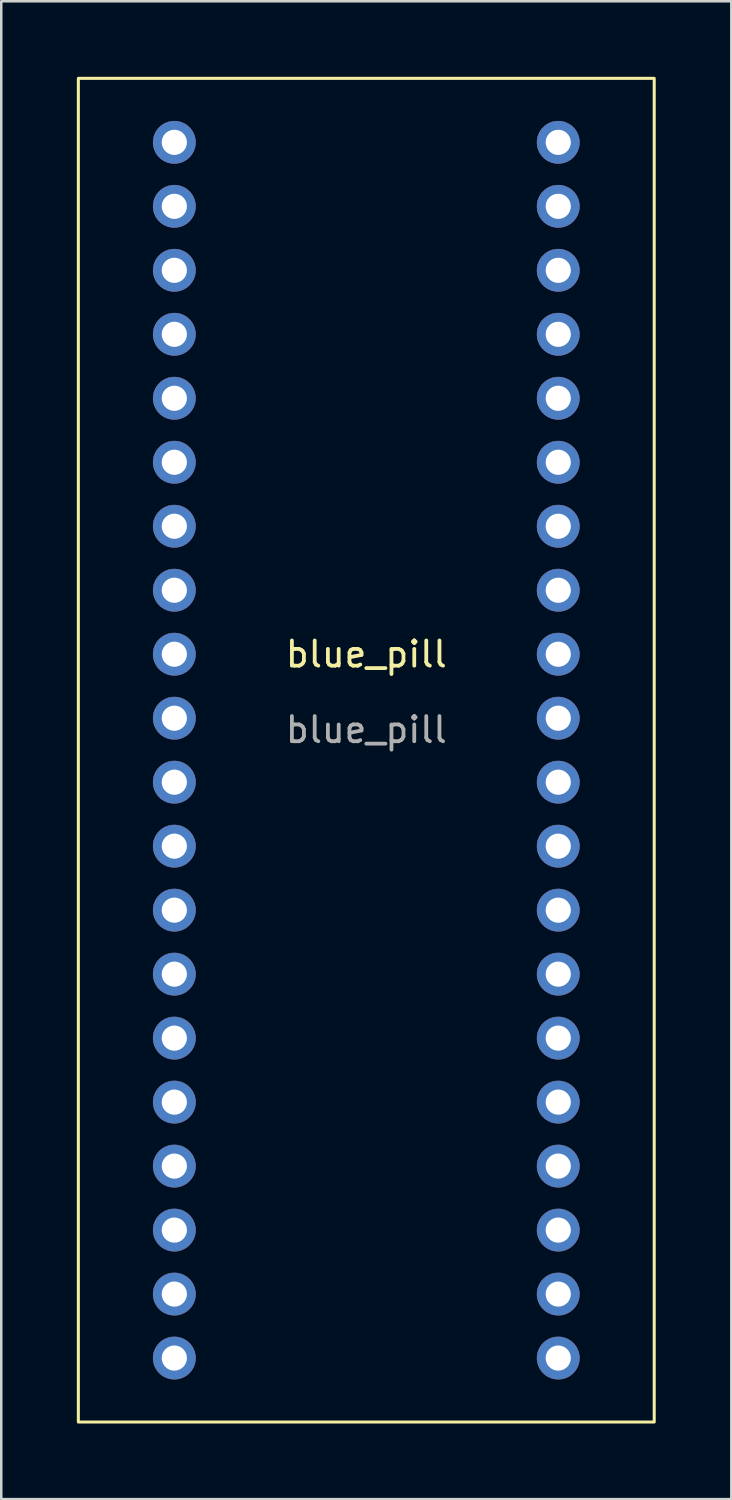
<source format=kicad_pcb>
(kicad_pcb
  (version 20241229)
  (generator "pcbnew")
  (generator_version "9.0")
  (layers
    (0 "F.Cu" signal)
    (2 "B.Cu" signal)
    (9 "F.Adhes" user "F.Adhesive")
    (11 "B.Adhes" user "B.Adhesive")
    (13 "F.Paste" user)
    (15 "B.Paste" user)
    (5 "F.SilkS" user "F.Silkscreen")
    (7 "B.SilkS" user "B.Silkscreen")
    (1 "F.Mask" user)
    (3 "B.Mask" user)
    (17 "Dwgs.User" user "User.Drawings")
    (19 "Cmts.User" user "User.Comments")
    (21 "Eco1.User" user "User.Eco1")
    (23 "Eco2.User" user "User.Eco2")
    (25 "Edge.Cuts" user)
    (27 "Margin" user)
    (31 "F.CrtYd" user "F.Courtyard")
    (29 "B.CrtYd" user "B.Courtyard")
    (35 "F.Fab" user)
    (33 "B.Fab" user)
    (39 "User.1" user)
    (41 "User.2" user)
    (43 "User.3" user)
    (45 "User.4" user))
  (footprint "blue_pill"
    (layer "F.Cu")
    (at 11.49 25.46)
    (property "Reference" "blue_pill" (at 0 -2.54 0) (unlocked yes) (layer "F.SilkS") (effects (font (size 1 1) (thickness 0.15))))
    (attr through_hole)
    (fp_rect (start -11.43 -25.4) (end 11.43 27.94) (stroke (width 0.12) (type solid)) (fill no) (layer "F.SilkS"))
    (fp_text user "${REFERENCE}" (at 0 0.46 0) (unlocked yes) (layer "F.Fab") (effects (font (size 1 1) (thickness 0.15))))
    (pad "1" thru_hole circle (at -7.62 -22.86) (size 1.7 1.7) (drill 1) (layers "*.Cu" "*.Mask"))
    (pad "2" thru_hole circle (at -7.62 -20.32) (size 1.7 1.7) (drill 1) (layers "*.Cu" "*.Mask"))
    (pad "3" thru_hole circle (at -7.62 -17.78) (size 1.7 1.7) (drill 1) (layers "*.Cu" "*.Mask"))
    (pad "4" thru_hole circle (at -7.62 -15.24) (size 1.7 1.7) (drill 1) (layers "*.Cu" "*.Mask"))
    (pad "5" thru_hole circle (at -7.62 -12.7) (size 1.7 1.7) (drill 1) (layers "*.Cu" "*.Mask"))
    (pad "6" thru_hole circle (at -7.62 -10.16) (size 1.7 1.7) (drill 1) (layers "*.Cu" "*.Mask"))
    (pad "7" thru_hole circle (at -7.62 -7.62) (size 1.7 1.7) (drill 1) (layers "*.Cu" "*.Mask"))
    (pad "8" thru_hole circle (at -7.62 -5.08) (size 1.7 1.7) (drill 1) (layers "*.Cu" "*.Mask"))
    (pad "9" thru_hole circle (at -7.62 -2.54) (size 1.7 1.7) (drill 1) (layers "*.Cu" "*.Mask"))
    (pad "10" thru_hole circle (at -7.62 0) (size 1.7 1.7) (drill 1) (layers "*.Cu" "*.Mask"))
    (pad "11" thru_hole circle (at -7.62 2.54) (size 1.7 1.7) (drill 1) (layers "*.Cu" "*.Mask"))
    (pad "12" thru_hole circle (at -7.62 5.08) (size 1.7 1.7) (drill 1) (layers "*.Cu" "*.Mask"))
    (pad "13" thru_hole circle (at -7.62 7.62) (size 1.7 1.7) (drill 1) (layers "*.Cu" "*.Mask"))
    (pad "14" thru_hole circle (at -7.62 10.16) (size 1.7 1.7) (drill 1) (layers "*.Cu" "*.Mask"))
    (pad "15" thru_hole circle (at -7.62 12.7) (size 1.7 1.7) (drill 1) (layers "*.Cu" "*.Mask"))
    (pad "16" thru_hole circle (at -7.62 15.24) (size 1.7 1.7) (drill 1) (layers "*.Cu" "*.Mask"))
    (pad "17" thru_hole circle (at -7.62 17.78) (size 1.7 1.7) (drill 1) (layers "*.Cu" "*.Mask"))
    (pad "18" thru_hole circle (at -7.62 20.32) (size 1.7 1.7) (drill 1) (layers "*.Cu" "*.Mask"))
    (pad "19" thru_hole circle (at -7.62 22.86) (size 1.7 1.7) (drill 1) (layers "*.Cu" "*.Mask"))
    (pad "20" thru_hole circle (at -7.62 25.4) (size 1.7 1.7) (drill 1) (layers "*.Cu" "*.Mask"))
    (pad "21" thru_hole circle (at 7.62 -22.86) (size 1.7 1.7) (drill 1) (layers "*.Cu" "*.Mask"))
    (pad "22" thru_hole circle (at 7.62 -20.32) (size 1.7 1.7) (drill 1) (layers "*.Cu" "*.Mask"))
    (pad "23" thru_hole circle (at 7.62 -17.78) (size 1.7 1.7) (drill 1) (layers "*.Cu" "*.Mask"))
    (pad "24" thru_hole circle (at 7.62 -15.24) (size 1.7 1.7) (drill 1) (layers "*.Cu" "*.Mask"))
    (pad "25" thru_hole circle (at 7.62 -12.7) (size 1.7 1.7) (drill 1) (layers "*.Cu" "*.Mask"))
    (pad "26" thru_hole circle (at 7.62 -10.16) (size 1.7 1.7) (drill 1) (layers "*.Cu" "*.Mask"))
    (pad "27" thru_hole circle (at 7.62 -7.62) (size 1.7 1.7) (drill 1) (layers "*.Cu" "*.Mask"))
    (pad "28" thru_hole circle (at 7.62 -5.08) (size 1.7 1.7) (drill 1) (layers "*.Cu" "*.Mask"))
    (pad "29" thru_hole circle (at 7.62 -2.54) (size 1.7 1.7) (drill 1) (layers "*.Cu" "*.Mask"))
    (pad "30" thru_hole circle (at 7.62 0) (size 1.7 1.7) (drill 1) (layers "*.Cu" "*.Mask"))
    (pad "31" thru_hole circle (at 7.62 2.54) (size 1.7 1.7) (drill 1) (layers "*.Cu" "*.Mask"))
    (pad "32" thru_hole circle (at 7.62 5.08) (size 1.7 1.7) (drill 1) (layers "*.Cu" "*.Mask"))
    (pad "33" thru_hole circle (at 7.62 7.62) (size 1.7 1.7) (drill 1) (layers "*.Cu" "*.Mask"))
    (pad "34" thru_hole circle (at 7.62 10.16) (size 1.7 1.7) (drill 1) (layers "*.Cu" "*.Mask"))
    (pad "35" thru_hole circle (at 7.62 12.7) (size 1.7 1.7) (drill 1) (layers "*.Cu" "*.Mask"))
    (pad "36" thru_hole circle (at 7.62 15.24) (size 1.7 1.7) (drill 1) (layers "*.Cu" "*.Mask"))
    (pad "37" thru_hole circle (at 7.62 17.78) (size 1.7 1.7) (drill 1) (layers "*.Cu" "*.Mask"))
    (pad "38" thru_hole circle (at 7.62 20.32) (size 1.7 1.7) (drill 1) (layers "*.Cu" "*.Mask"))
    (pad "39" thru_hole circle (at 7.62 22.86) (size 1.7 1.7) (drill 1) (layers "*.Cu" "*.Mask"))
    (pad "40" thru_hole circle (at 7.62 25.4) (size 1.7 1.7) (drill 1) (layers "*.Cu" "*.Mask")))
  (gr_rect
    (start -3 -3)
    (end 25.98 56.46)
    (stroke (width 0.1) (type default))
    (fill no)
    (layer "Edge.Cuts")))
</source>
